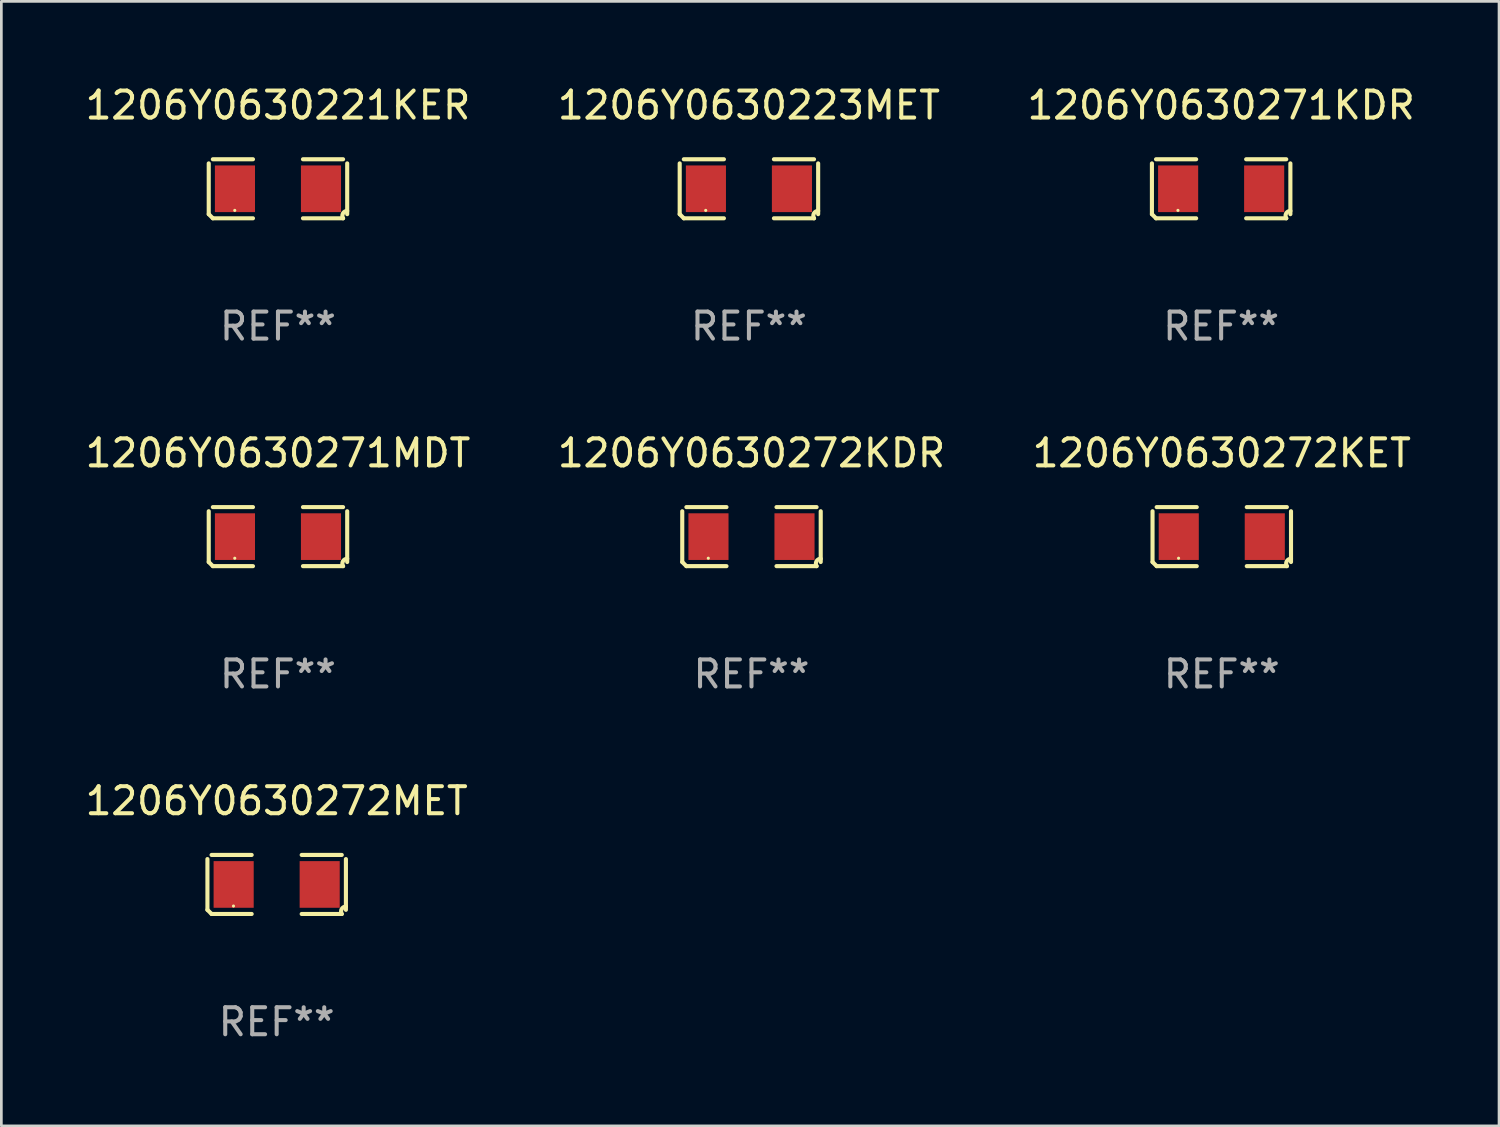
<source format=kicad_pcb>
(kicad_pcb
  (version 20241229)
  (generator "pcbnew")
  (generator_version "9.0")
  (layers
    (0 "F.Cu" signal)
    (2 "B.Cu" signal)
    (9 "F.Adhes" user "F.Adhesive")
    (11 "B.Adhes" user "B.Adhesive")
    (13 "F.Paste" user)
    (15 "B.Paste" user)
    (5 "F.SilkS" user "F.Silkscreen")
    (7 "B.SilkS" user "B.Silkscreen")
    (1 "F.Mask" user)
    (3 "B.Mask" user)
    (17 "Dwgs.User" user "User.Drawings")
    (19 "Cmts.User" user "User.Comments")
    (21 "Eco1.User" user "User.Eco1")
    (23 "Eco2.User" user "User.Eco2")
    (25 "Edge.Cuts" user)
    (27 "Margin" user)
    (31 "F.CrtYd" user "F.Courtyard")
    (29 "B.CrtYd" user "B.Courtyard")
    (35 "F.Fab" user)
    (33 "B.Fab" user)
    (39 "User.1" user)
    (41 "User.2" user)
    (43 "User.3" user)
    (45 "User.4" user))
  (footprint "1206Y0630272KET"
    (layer "F.Cu")
    (at 42.196 16.823)
    (property "Reference" "1206Y0630272KET" (at 0 -3.093 0) (layer "F.SilkS") (effects (font (size 1 1) (thickness 0.15))))
    (attr through_hole)
    (fp_line (start -2.564 0.94) (end -2.564 -0.94) (stroke (width 0.152) (type solid)) (layer "F.SilkS"))
    (fp_line (start -2.411 -1.093) (end -0.926 -1.093) (stroke (width 0.152) (type solid)) (layer "F.SilkS"))
    (fp_line (start -0.926 1.093) (end -2.411 1.093) (stroke (width 0.152) (type solid)) (layer "F.SilkS"))
    (fp_line (start 0.926 1.093) (end 2.411 1.093) (stroke (width 0.152) (type solid)) (layer "F.SilkS"))
    (fp_line (start 2.411 -1.093) (end 0.926 -1.093) (stroke (width 0.152) (type solid)) (layer "F.SilkS"))
    (fp_line (start 2.564 0.94) (end 2.564 -0.94) (stroke (width 0.152) (type solid)) (layer "F.SilkS"))
    (fp_arc (start -2.411201 1.092609) (mid -2.487413 1.01642) (end -2.563602 0.940208) (stroke (width 0.1524) (type solid)) (layer "F.SilkS"))
    (fp_arc (start 2.411201 1.092609) (mid 2.407159 0.911226) (end 2.563602 0.819347) (stroke (width 0.1524) (type solid)) (layer "F.SilkS"))
    (fp_circle (center -1.6 0.8) (end -1.57 0.8) (stroke (width 0.06) (type solid)) (fill no) (layer "F.SilkS"))
    (fp_text user "REF**" (at 0 5.093 0) (layer "F.Fab") (effects (font (size 1 1) (thickness 0.15))))
    (pad "1" smd rect (at -1.593 0) (size 1.485 1.728) (layers "F.Cu" "F.Mask" "F.Paste"))
    (pad "2" smd rect (at 1.593 0) (size 1.485 1.728) (layers "F.Cu" "F.Mask" "F.Paste")))
  (footprint "1206Y0630221KER"
    (layer "F.Cu")
    (at 7.244 3.941)
    (property "Reference" "1206Y0630221KER" (at 0 -3.093 0) (layer "F.SilkS") (effects (font (size 1 1) (thickness 0.15))))
    (attr through_hole)
    (fp_line (start -2.564 0.94) (end -2.564 -0.94) (stroke (width 0.152) (type solid)) (layer "F.SilkS"))
    (fp_line (start -2.411 -1.093) (end -0.926 -1.093) (stroke (width 0.152) (type solid)) (layer "F.SilkS"))
    (fp_line (start -0.926 1.093) (end -2.411 1.093) (stroke (width 0.152) (type solid)) (layer "F.SilkS"))
    (fp_line (start 0.926 1.093) (end 2.411 1.093) (stroke (width 0.152) (type solid)) (layer "F.SilkS"))
    (fp_line (start 2.411 -1.093) (end 0.926 -1.093) (stroke (width 0.152) (type solid)) (layer "F.SilkS"))
    (fp_line (start 2.564 0.94) (end 2.564 -0.94) (stroke (width 0.152) (type solid)) (layer "F.SilkS"))
    (fp_arc (start -2.411201 1.092609) (mid -2.487413 1.01642) (end -2.563602 0.940208) (stroke (width 0.1524) (type solid)) (layer "F.SilkS"))
    (fp_arc (start 2.411201 1.092609) (mid 2.407159 0.911226) (end 2.563602 0.819347) (stroke (width 0.1524) (type solid)) (layer "F.SilkS"))
    (fp_circle (center -1.6 0.8) (end -1.57 0.8) (stroke (width 0.06) (type solid)) (fill no) (layer "F.SilkS"))
    (fp_text user "REF**" (at 0 5.093 0) (layer "F.Fab") (effects (font (size 1 1) (thickness 0.15))))
    (pad "1" smd rect (at -1.593 0) (size 1.485 1.728) (layers "F.Cu" "F.Mask" "F.Paste"))
    (pad "2" smd rect (at 1.593 0) (size 1.485 1.728) (layers "F.Cu" "F.Mask" "F.Paste")))
  (footprint "1206Y0630271MDT"
    (layer "F.Cu")
    (at 7.244 16.823)
    (property "Reference" "1206Y0630271MDT" (at 0 -3.093 0) (layer "F.SilkS") (effects (font (size 1 1) (thickness 0.15))))
    (attr through_hole)
    (fp_line (start -2.564 0.94) (end -2.564 -0.94) (stroke (width 0.152) (type solid)) (layer "F.SilkS"))
    (fp_line (start -2.411 -1.093) (end -0.926 -1.093) (stroke (width 0.152) (type solid)) (layer "F.SilkS"))
    (fp_line (start -0.926 1.093) (end -2.411 1.093) (stroke (width 0.152) (type solid)) (layer "F.SilkS"))
    (fp_line (start 0.926 1.093) (end 2.411 1.093) (stroke (width 0.152) (type solid)) (layer "F.SilkS"))
    (fp_line (start 2.411 -1.093) (end 0.926 -1.093) (stroke (width 0.152) (type solid)) (layer "F.SilkS"))
    (fp_line (start 2.564 0.94) (end 2.564 -0.94) (stroke (width 0.152) (type solid)) (layer "F.SilkS"))
    (fp_arc (start -2.411201 1.092609) (mid -2.487413 1.01642) (end -2.563602 0.940208) (stroke (width 0.1524) (type solid)) (layer "F.SilkS"))
    (fp_arc (start 2.411201 1.092609) (mid 2.407159 0.911226) (end 2.563602 0.819347) (stroke (width 0.1524) (type solid)) (layer "F.SilkS"))
    (fp_circle (center -1.6 0.8) (end -1.57 0.8) (stroke (width 0.06) (type solid)) (fill no) (layer "F.SilkS"))
    (fp_text user "REF**" (at 0 5.093 0) (layer "F.Fab") (effects (font (size 1 1) (thickness 0.15))))
    (pad "1" smd rect (at -1.593 0) (size 1.485 1.728) (layers "F.Cu" "F.Mask" "F.Paste"))
    (pad "2" smd rect (at 1.593 0) (size 1.485 1.728) (layers "F.Cu" "F.Mask" "F.Paste")))
  (footprint "1206Y0630272KDR"
    (layer "F.Cu")
    (at 24.78 16.823)
    (property "Reference" "1206Y0630272KDR" (at 0 -3.093 0) (layer "F.SilkS") (effects (font (size 1 1) (thickness 0.15))))
    (attr through_hole)
    (fp_line (start -2.564 0.94) (end -2.564 -0.94) (stroke (width 0.152) (type solid)) (layer "F.SilkS"))
    (fp_line (start -2.411 -1.093) (end -0.926 -1.093) (stroke (width 0.152) (type solid)) (layer "F.SilkS"))
    (fp_line (start -0.926 1.093) (end -2.411 1.093) (stroke (width 0.152) (type solid)) (layer "F.SilkS"))
    (fp_line (start 0.926 1.093) (end 2.411 1.093) (stroke (width 0.152) (type solid)) (layer "F.SilkS"))
    (fp_line (start 2.411 -1.093) (end 0.926 -1.093) (stroke (width 0.152) (type solid)) (layer "F.SilkS"))
    (fp_line (start 2.564 0.94) (end 2.564 -0.94) (stroke (width 0.152) (type solid)) (layer "F.SilkS"))
    (fp_arc (start -2.411201 1.092609) (mid -2.487413 1.01642) (end -2.563602 0.940208) (stroke (width 0.1524) (type solid)) (layer "F.SilkS"))
    (fp_arc (start 2.411201 1.092609) (mid 2.407159 0.911226) (end 2.563602 0.819347) (stroke (width 0.1524) (type solid)) (layer "F.SilkS"))
    (fp_circle (center -1.6 0.8) (end -1.57 0.8) (stroke (width 0.06) (type solid)) (fill no) (layer "F.SilkS"))
    (fp_text user "REF**" (at 0 5.093 0) (layer "F.Fab") (effects (font (size 1 1) (thickness 0.15))))
    (pad "1" smd rect (at -1.593 0) (size 1.485 1.728) (layers "F.Cu" "F.Mask" "F.Paste"))
    (pad "2" smd rect (at 1.593 0) (size 1.485 1.728) (layers "F.Cu" "F.Mask" "F.Paste")))
  (footprint "1206Y0630271KDR"
    (layer "F.Cu")
    (at 42.173 3.941)
    (property "Reference" "1206Y0630271KDR" (at 0 -3.093 0) (layer "F.SilkS") (effects (font (size 1 1) (thickness 0.15))))
    (attr through_hole)
    (fp_line (start -2.564 0.94) (end -2.564 -0.94) (stroke (width 0.152) (type solid)) (layer "F.SilkS"))
    (fp_line (start -2.411 -1.093) (end -0.926 -1.093) (stroke (width 0.152) (type solid)) (layer "F.SilkS"))
    (fp_line (start -0.926 1.093) (end -2.411 1.093) (stroke (width 0.152) (type solid)) (layer "F.SilkS"))
    (fp_line (start 0.926 1.093) (end 2.411 1.093) (stroke (width 0.152) (type solid)) (layer "F.SilkS"))
    (fp_line (start 2.411 -1.093) (end 0.926 -1.093) (stroke (width 0.152) (type solid)) (layer "F.SilkS"))
    (fp_line (start 2.564 0.94) (end 2.564 -0.94) (stroke (width 0.152) (type solid)) (layer "F.SilkS"))
    (fp_arc (start -2.411201 1.092609) (mid -2.487413 1.01642) (end -2.563602 0.940208) (stroke (width 0.1524) (type solid)) (layer "F.SilkS"))
    (fp_arc (start 2.411201 1.092609) (mid 2.407159 0.911226) (end 2.563602 0.819347) (stroke (width 0.1524) (type solid)) (layer "F.SilkS"))
    (fp_circle (center -1.6 0.8) (end -1.57 0.8) (stroke (width 0.06) (type solid)) (fill no) (layer "F.SilkS"))
    (fp_text user "REF**" (at 0 5.093 0) (layer "F.Fab") (effects (font (size 1 1) (thickness 0.15))))
    (pad "1" smd rect (at -1.593 0) (size 1.485 1.728) (layers "F.Cu" "F.Mask" "F.Paste"))
    (pad "2" smd rect (at 1.593 0) (size 1.485 1.728) (layers "F.Cu" "F.Mask" "F.Paste")))
  (footprint "1206Y0630223MET"
    (layer "F.Cu")
    (at 24.685 3.941)
    (property "Reference" "1206Y0630223MET" (at 0 -3.093 0) (layer "F.SilkS") (effects (font (size 1 1) (thickness 0.15))))
    (attr through_hole)
    (fp_line (start -2.564 0.94) (end -2.564 -0.94) (stroke (width 0.152) (type solid)) (layer "F.SilkS"))
    (fp_line (start -2.411 -1.093) (end -0.926 -1.093) (stroke (width 0.152) (type solid)) (layer "F.SilkS"))
    (fp_line (start -0.926 1.093) (end -2.411 1.093) (stroke (width 0.152) (type solid)) (layer "F.SilkS"))
    (fp_line (start 0.926 1.093) (end 2.411 1.093) (stroke (width 0.152) (type solid)) (layer "F.SilkS"))
    (fp_line (start 2.411 -1.093) (end 0.926 -1.093) (stroke (width 0.152) (type solid)) (layer "F.SilkS"))
    (fp_line (start 2.564 0.94) (end 2.564 -0.94) (stroke (width 0.152) (type solid)) (layer "F.SilkS"))
    (fp_arc (start -2.411201 1.092609) (mid -2.487413 1.01642) (end -2.563602 0.940208) (stroke (width 0.1524) (type solid)) (layer "F.SilkS"))
    (fp_arc (start 2.411201 1.092609) (mid 2.407159 0.911226) (end 2.563602 0.819347) (stroke (width 0.1524) (type solid)) (layer "F.SilkS"))
    (fp_circle (center -1.6 0.8) (end -1.57 0.8) (stroke (width 0.06) (type solid)) (fill no) (layer "F.SilkS"))
    (fp_text user "REF**" (at 0 5.093 0) (layer "F.Fab") (effects (font (size 1 1) (thickness 0.15))))
    (pad "1" smd rect (at -1.593 0) (size 1.485 1.728) (layers "F.Cu" "F.Mask" "F.Paste"))
    (pad "2" smd rect (at 1.593 0) (size 1.485 1.728) (layers "F.Cu" "F.Mask" "F.Paste")))
  (footprint "1206Y0630272MET"
    (layer "F.Cu")
    (at 7.196 29.704)
    (property "Reference" "1206Y0630272MET" (at 0 -3.093 0) (layer "F.SilkS") (effects (font (size 1 1) (thickness 0.15))))
    (attr through_hole)
    (fp_line (start -2.564 0.94) (end -2.564 -0.94) (stroke (width 0.152) (type solid)) (layer "F.SilkS"))
    (fp_line (start -2.411 -1.093) (end -0.926 -1.093) (stroke (width 0.152) (type solid)) (layer "F.SilkS"))
    (fp_line (start -0.926 1.093) (end -2.411 1.093) (stroke (width 0.152) (type solid)) (layer "F.SilkS"))
    (fp_line (start 0.926 1.093) (end 2.411 1.093) (stroke (width 0.152) (type solid)) (layer "F.SilkS"))
    (fp_line (start 2.411 -1.093) (end 0.926 -1.093) (stroke (width 0.152) (type solid)) (layer "F.SilkS"))
    (fp_line (start 2.564 0.94) (end 2.564 -0.94) (stroke (width 0.152) (type solid)) (layer "F.SilkS"))
    (fp_arc (start -2.411201 1.092609) (mid -2.487413 1.01642) (end -2.563602 0.940208) (stroke (width 0.1524) (type solid)) (layer "F.SilkS"))
    (fp_arc (start 2.411201 1.092609) (mid 2.407159 0.911226) (end 2.563602 0.819347) (stroke (width 0.1524) (type solid)) (layer "F.SilkS"))
    (fp_circle (center -1.6 0.8) (end -1.57 0.8) (stroke (width 0.06) (type solid)) (fill no) (layer "F.SilkS"))
    (fp_text user "REF**" (at 0 5.093 0) (layer "F.Fab") (effects (font (size 1 1) (thickness 0.15))))
    (pad "1" smd rect (at -1.593 0) (size 1.485 1.728) (layers "F.Cu" "F.Mask" "F.Paste"))
    (pad "2" smd rect (at 1.593 0) (size 1.485 1.728) (layers "F.Cu" "F.Mask" "F.Paste")))
  (gr_rect
    (start -3 -3)
    (end 52.464 38.645)
    (stroke (width 0.1) (type default))
    (fill no)
    (layer "Edge.Cuts")))
</source>
